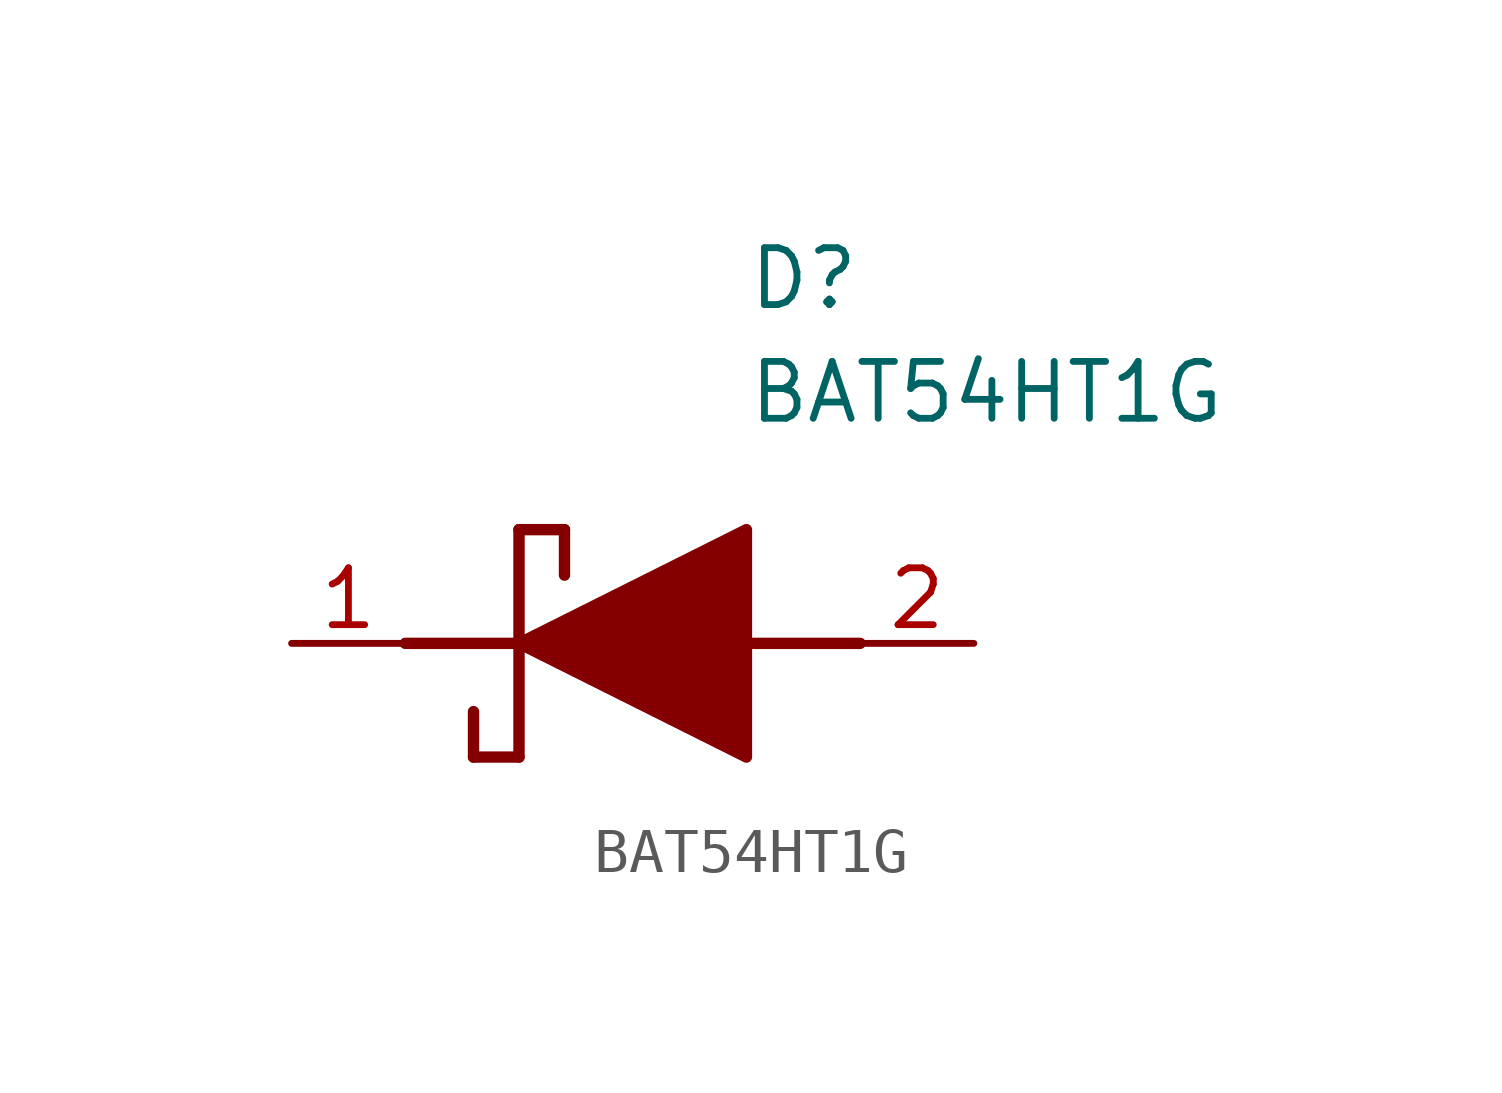
<source format=kicad_sym>
(kicad_symbol_lib
  (version 20211014)
  (generator SamacSys_ECAD_Model)
  (symbol "BAT54HT1G"
    (pin_names hide)
    (property "Reference" "D"
      (at 12.7 8.89 0)
      (effects (font (size 1.27 1.27)) (justify left top)))
    (property "Value" "BAT54HT1G"
      (at 12.7 6.35 0)
      (effects (font (size 1.27 1.27)) (justify left top)))
    (polyline
      (pts (xy 7.62 2.54) (xy 7.62 -2.54))
      (stroke (width 0.254) (type default))
      (fill (type none)))
    (polyline
      (pts (xy 7.62 2.54) (xy 8.636 2.54))
      (stroke (width 0.254) (type default))
      (fill (type none)))
    (polyline
      (pts (xy 8.636 1.524) (xy 8.636 2.54))
      (stroke (width 0.254) (type default))
      (fill (type none)))
    (polyline
      (pts (xy 7.62 -2.54) (xy 6.604 -2.54))
      (stroke (width 0.254) (type default))
      (fill (type none)))
    (polyline
      (pts (xy 6.604 -1.524) (xy 6.604 -2.54))
      (stroke (width 0.254) (type default))
      (fill (type none)))
    (polyline
      (pts (xy 5.08 0) (xy 7.62 0))
      (stroke (width 0.254) (type default))
      (fill (type none)))
    (polyline
      (pts (xy 12.7 0) (xy 15.24 0))
      (stroke (width 0.254) (type default))
      (fill (type none)))
    (polyline
      (pts (xy 7.62 0) (xy 12.7 2.54) (xy 12.7 -2.54) (xy 7.62 0))
      (stroke (width 0.254) (type default))
      (fill (type outline)))
    (pin passive line
      (at 2.54 0 0)
      (length 2.54)
      (name "K" (effects (font (size 1.27 1.27))))
      (number "1" (effects (font (size 1.27 1.27)))))
    (pin passive line
      (at 17.78 0 180)
      (length 2.54)
      (name "A" (effects (font (size 1.27 1.27))))
      (number "2" (effects (font (size 1.27 1.27)))))))
</source>
